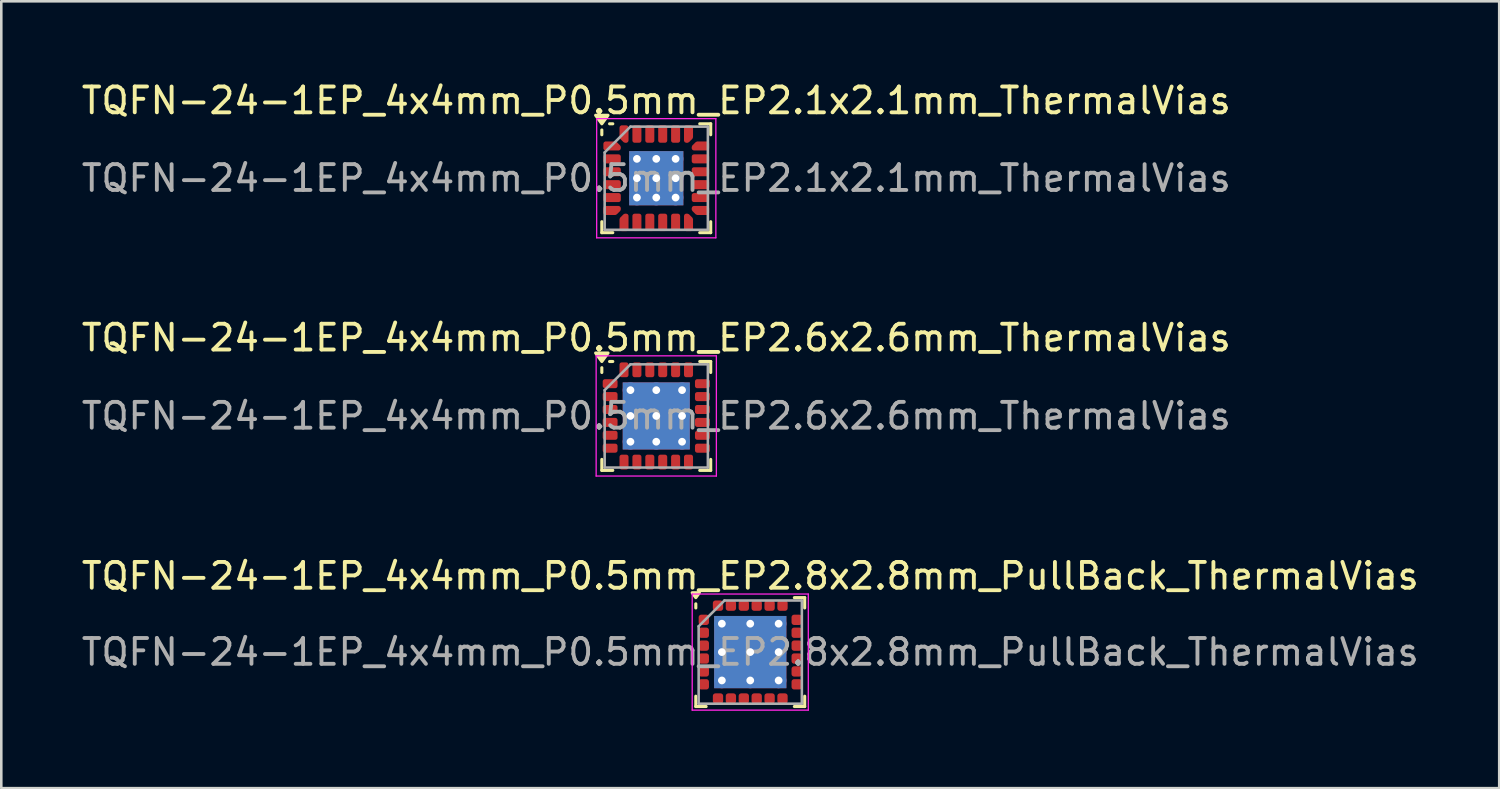
<source format=kicad_pcb>
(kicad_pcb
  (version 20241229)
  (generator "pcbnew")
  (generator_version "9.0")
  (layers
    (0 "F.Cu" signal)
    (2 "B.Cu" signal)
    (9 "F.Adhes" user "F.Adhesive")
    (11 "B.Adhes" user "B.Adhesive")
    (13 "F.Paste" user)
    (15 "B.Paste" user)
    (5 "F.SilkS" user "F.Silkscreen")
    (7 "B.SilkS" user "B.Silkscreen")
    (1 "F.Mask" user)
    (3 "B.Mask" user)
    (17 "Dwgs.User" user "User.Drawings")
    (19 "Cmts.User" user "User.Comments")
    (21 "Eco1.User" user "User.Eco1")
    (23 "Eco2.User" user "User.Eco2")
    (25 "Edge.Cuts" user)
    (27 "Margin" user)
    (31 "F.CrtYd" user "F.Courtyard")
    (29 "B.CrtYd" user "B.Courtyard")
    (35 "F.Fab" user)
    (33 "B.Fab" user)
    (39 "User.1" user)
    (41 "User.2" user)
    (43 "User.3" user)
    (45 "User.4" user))
  (footprint "TQFN-24-1EP_4x4mm_P0.5mm_EP2.8x2.8mm_PullBack_ThermalVias"
    (layer "F.Cu")
    (at 26.03 22.225)
    (property "Reference" "TQFN-24-1EP_4x4mm_P0.5mm_EP2.8x2.8mm_PullBack_ThermalVias" (at 0 -2.95 0) (layer "F.SilkS") (effects (font (size 1 1) (thickness 0.15))))
    (attr smd)
    (fp_line (start -2.11 -1.71) (end -2.11 -1.87) (stroke (width 0.12) (type solid)) (layer "F.SilkS"))
    (fp_line (start -2.11 2.11) (end -2.11 1.71) (stroke (width 0.12) (type solid)) (layer "F.SilkS"))
    (fp_line (start -1.71 2.11) (end -2.11 2.11) (stroke (width 0.12) (type solid)) (layer "F.SilkS"))
    (fp_line (start 1.71 -2.11) (end 2.11 -2.11) (stroke (width 0.12) (type solid)) (layer "F.SilkS"))
    (fp_line (start 1.71 2.11) (end 2.11 2.11) (stroke (width 0.12) (type solid)) (layer "F.SilkS"))
    (fp_line (start 2.11 -2.11) (end 2.11 -1.71) (stroke (width 0.12) (type solid)) (layer "F.SilkS"))
    (fp_line (start 2.11 2.11) (end 2.11 1.71) (stroke (width 0.12) (type solid)) (layer "F.SilkS"))
    (fp_poly (pts (xy -2.11 -2.11) (xy -2.25 -2.3) (xy -1.97 -2.3) (xy -2.11 -2.11)) (stroke (width 0.12) (type solid)) (fill yes) (layer "F.SilkS"))
    (fp_line (start -2.25 -2.25) (end -2.25 2.25) (stroke (width 0.05) (type solid)) (layer "F.CrtYd"))
    (fp_line (start -2.25 2.25) (end 2.25 2.25) (stroke (width 0.05) (type solid)) (layer "F.CrtYd"))
    (fp_line (start 2.25 -2.25) (end -2.25 -2.25) (stroke (width 0.05) (type solid)) (layer "F.CrtYd"))
    (fp_line (start 2.25 2.25) (end 2.25 -2.25) (stroke (width 0.05) (type solid)) (layer "F.CrtYd"))
    (fp_line (start -2 -1) (end -1 -2) (stroke (width 0.1) (type solid)) (layer "F.Fab"))
    (fp_line (start -2 2) (end -2 -1) (stroke (width 0.1) (type solid)) (layer "F.Fab"))
    (fp_line (start -1 -2) (end 2 -2) (stroke (width 0.1) (type solid)) (layer "F.Fab"))
    (fp_line (start 2 -2) (end 2 2) (stroke (width 0.1) (type solid)) (layer "F.Fab"))
    (fp_line (start 2 2) (end -2 2) (stroke (width 0.1) (type solid)) (layer "F.Fab"))
    (fp_text user "${REFERENCE}" (at 0 0 0) (layer "F.Fab") (effects (font (size 1 1) (thickness 0.15))))
    (pad "" smd roundrect (at -0.7 -0.7) (size 1.13 1.13) (layers "F.Paste") (roundrect_rratio 0.221))
    (pad "" smd roundrect (at -0.7 0.7) (size 1.13 1.13) (layers "F.Paste") (roundrect_rratio 0.221))
    (pad "" smd roundrect (at 0.7 -0.7) (size 1.13 1.13) (layers "F.Paste") (roundrect_rratio 0.221))
    (pad "" smd roundrect (at 0.7 0.7) (size 1.13 1.13) (layers "F.Paste") (roundrect_rratio 0.221))
    (pad "1" smd roundrect (at -1.8 -1.25) (size 0.4 0.4) (layers "F.Cu" "F.Mask" "F.Paste") (roundrect_rratio 0.25))
    (pad "2" smd roundrect (at -1.8 -0.75) (size 0.4 0.4) (layers "F.Cu" "F.Mask" "F.Paste") (roundrect_rratio 0.25))
    (pad "3" smd roundrect (at -1.8 -0.25) (size 0.4 0.4) (layers "F.Cu" "F.Mask" "F.Paste") (roundrect_rratio 0.25))
    (pad "4" smd roundrect (at -1.8 0.25) (size 0.4 0.4) (layers "F.Cu" "F.Mask" "F.Paste") (roundrect_rratio 0.25))
    (pad "5" smd roundrect (at -1.8 0.75) (size 0.4 0.4) (layers "F.Cu" "F.Mask" "F.Paste") (roundrect_rratio 0.25))
    (pad "6" smd roundrect (at -1.8 1.25) (size 0.4 0.4) (layers "F.Cu" "F.Mask" "F.Paste") (roundrect_rratio 0.25))
    (pad "7" smd roundrect (at -1.25 1.8) (size 0.4 0.4) (layers "F.Cu" "F.Mask" "F.Paste") (roundrect_rratio 0.25))
    (pad "8" smd roundrect (at -0.75 1.8) (size 0.4 0.4) (layers "F.Cu" "F.Mask" "F.Paste") (roundrect_rratio 0.25))
    (pad "9" smd roundrect (at -0.25 1.8) (size 0.4 0.4) (layers "F.Cu" "F.Mask" "F.Paste") (roundrect_rratio 0.25))
    (pad "10" smd roundrect (at 0.25 1.8) (size 0.4 0.4) (layers "F.Cu" "F.Mask" "F.Paste") (roundrect_rratio 0.25))
    (pad "11" smd roundrect (at 0.75 1.8) (size 0.4 0.4) (layers "F.Cu" "F.Mask" "F.Paste") (roundrect_rratio 0.25))
    (pad "12" smd roundrect (at 1.25 1.8) (size 0.4 0.4) (layers "F.Cu" "F.Mask" "F.Paste") (roundrect_rratio 0.25))
    (pad "13" smd roundrect (at 1.8 1.25) (size 0.4 0.4) (layers "F.Cu" "F.Mask" "F.Paste") (roundrect_rratio 0.25))
    (pad "14" smd roundrect (at 1.8 0.75) (size 0.4 0.4) (layers "F.Cu" "F.Mask" "F.Paste") (roundrect_rratio 0.25))
    (pad "15" smd roundrect (at 1.8 0.25) (size 0.4 0.4) (layers "F.Cu" "F.Mask" "F.Paste") (roundrect_rratio 0.25))
    (pad "16" smd roundrect (at 1.8 -0.25) (size 0.4 0.4) (layers "F.Cu" "F.Mask" "F.Paste") (roundrect_rratio 0.25))
    (pad "17" smd roundrect (at 1.8 -0.75) (size 0.4 0.4) (layers "F.Cu" "F.Mask" "F.Paste") (roundrect_rratio 0.25))
    (pad "18" smd roundrect (at 1.8 -1.25) (size 0.4 0.4) (layers "F.Cu" "F.Mask" "F.Paste") (roundrect_rratio 0.25))
    (pad "19" smd roundrect (at 1.25 -1.8) (size 0.4 0.4) (layers "F.Cu" "F.Mask" "F.Paste") (roundrect_rratio 0.25))
    (pad "20" smd roundrect (at 0.75 -1.8) (size 0.4 0.4) (layers "F.Cu" "F.Mask" "F.Paste") (roundrect_rratio 0.25))
    (pad "21" smd roundrect (at 0.25 -1.8) (size 0.4 0.4) (layers "F.Cu" "F.Mask" "F.Paste") (roundrect_rratio 0.25))
    (pad "22" smd roundrect (at -0.25 -1.8) (size 0.4 0.4) (layers "F.Cu" "F.Mask" "F.Paste") (roundrect_rratio 0.25))
    (pad "23" smd roundrect (at -0.75 -1.8) (size 0.4 0.4) (layers "F.Cu" "F.Mask" "F.Paste") (roundrect_rratio 0.25))
    (pad "24" smd roundrect (at -1.25 -1.8) (size 0.4 0.4) (layers "F.Cu" "F.Mask" "F.Paste") (roundrect_rratio 0.25))
    (pad "25" thru_hole circle (at -1.1 -1.1) (size 0.6 0.6) (drill 0.3) (property pad_prop_heatsink) (layers "*.Cu"))
    (pad "25" thru_hole circle (at -1.1 0) (size 0.6 0.6) (drill 0.3) (property pad_prop_heatsink) (layers "*.Cu"))
    (pad "25" thru_hole circle (at -1.1 1.1) (size 0.6 0.6) (drill 0.3) (property pad_prop_heatsink) (layers "*.Cu"))
    (pad "25" thru_hole circle (at 0 -1.1) (size 0.6 0.6) (drill 0.3) (property pad_prop_heatsink) (layers "*.Cu"))
    (pad "25" thru_hole circle (at 0 0) (size 0.6 0.6) (drill 0.3) (property pad_prop_heatsink) (layers "*.Cu"))
    (pad "25" smd rect (at 0 0) (size 2.8 2.8) (property pad_prop_heatsink) (layers "F.Cu" "F.Mask"))
    (pad "25" smd rect (at 0 0) (size 2.8 2.8) (property pad_prop_heatsink) (layers "B.Cu"))
    (pad "25" thru_hole circle (at 0 1.1) (size 0.6 0.6) (drill 0.3) (property pad_prop_heatsink) (layers "*.Cu"))
    (pad "25" thru_hole circle (at 1.1 -1.1) (size 0.6 0.6) (drill 0.3) (property pad_prop_heatsink) (layers "*.Cu"))
    (pad "25" thru_hole circle (at 1.1 0) (size 0.6 0.6) (drill 0.3) (property pad_prop_heatsink) (layers "*.Cu"))
    (pad "25" thru_hole circle (at 1.1 1.1) (size 0.6 0.6) (drill 0.3) (property pad_prop_heatsink) (layers "*.Cu")))
  (footprint "TQFN-24-1EP_4x4mm_P0.5mm_EP2.6x2.6mm_ThermalVias"
    (layer "F.Cu")
    (at 22.387 13.072)
    (property "Reference" "TQFN-24-1EP_4x4mm_P0.5mm_EP2.6x2.6mm_ThermalVias" (at 0 -3.03 0) (layer "F.SilkS") (effects (font (size 1 1) (thickness 0.15))))
    (attr smd)
    (fp_line (start -2.11 -1.685) (end -2.11 -1.87) (stroke (width 0.12) (type solid)) (layer "F.SilkS"))
    (fp_line (start -2.11 2.11) (end -2.11 1.685) (stroke (width 0.12) (type solid)) (layer "F.SilkS"))
    (fp_line (start -1.685 -2.11) (end -1.81 -2.11) (stroke (width 0.12) (type solid)) (layer "F.SilkS"))
    (fp_line (start -1.685 2.11) (end -2.11 2.11) (stroke (width 0.12) (type solid)) (layer "F.SilkS"))
    (fp_line (start 1.685 -2.11) (end 2.11 -2.11) (stroke (width 0.12) (type solid)) (layer "F.SilkS"))
    (fp_line (start 1.685 2.11) (end 2.11 2.11) (stroke (width 0.12) (type solid)) (layer "F.SilkS"))
    (fp_line (start 2.11 -2.11) (end 2.11 -1.685) (stroke (width 0.12) (type solid)) (layer "F.SilkS"))
    (fp_line (start 2.11 2.11) (end 2.11 1.685) (stroke (width 0.12) (type solid)) (layer "F.SilkS"))
    (fp_poly (pts (xy -2.11 -2.11) (xy -2.35 -2.44) (xy -1.87 -2.44) (xy -2.11 -2.11)) (stroke (width 0.12) (type solid)) (fill yes) (layer "F.SilkS"))
    (fp_line (start -2.33 -2.33) (end -2.33 2.33) (stroke (width 0.05) (type solid)) (layer "F.CrtYd"))
    (fp_line (start -2.33 2.33) (end 2.33 2.33) (stroke (width 0.05) (type solid)) (layer "F.CrtYd"))
    (fp_line (start 2.33 -2.33) (end -2.33 -2.33) (stroke (width 0.05) (type solid)) (layer "F.CrtYd"))
    (fp_line (start 2.33 2.33) (end 2.33 -2.33) (stroke (width 0.05) (type solid)) (layer "F.CrtYd"))
    (fp_line (start -2 -1) (end -1 -2) (stroke (width 0.1) (type solid)) (layer "F.Fab"))
    (fp_line (start -2 2) (end -2 -1) (stroke (width 0.1) (type solid)) (layer "F.Fab"))
    (fp_line (start -1 -2) (end 2 -2) (stroke (width 0.1) (type solid)) (layer "F.Fab"))
    (fp_line (start 2 -2) (end 2 2) (stroke (width 0.1) (type solid)) (layer "F.Fab"))
    (fp_line (start 2 2) (end -2 2) (stroke (width 0.1) (type solid)) (layer "F.Fab"))
    (fp_text user "${REFERENCE}" (at 0 0 0) (layer "F.Fab") (effects (font (size 1 1) (thickness 0.15))))
    (pad "" smd roundrect (at -0.65 -0.65) (size 1.05 1.05) (layers "F.Paste") (roundrect_rratio 0.238))
    (pad "" smd roundrect (at -0.65 0.65) (size 1.05 1.05) (layers "F.Paste") (roundrect_rratio 0.238))
    (pad "" smd roundrect (at 0.65 -0.65) (size 1.05 1.05) (layers "F.Paste") (roundrect_rratio 0.238))
    (pad "" smd roundrect (at 0.65 0.65) (size 1.05 1.05) (layers "F.Paste") (roundrect_rratio 0.238))
    (pad "1" smd roundrect (at -1.788 -1.25) (size 0.575 0.35) (layers "F.Cu" "F.Mask" "F.Paste") (roundrect_rratio 0.25))
    (pad "2" smd roundrect (at -1.788 -0.75) (size 0.575 0.35) (layers "F.Cu" "F.Mask" "F.Paste") (roundrect_rratio 0.25))
    (pad "3" smd roundrect (at -1.788 -0.25) (size 0.575 0.35) (layers "F.Cu" "F.Mask" "F.Paste") (roundrect_rratio 0.25))
    (pad "4" smd roundrect (at -1.788 0.25) (size 0.575 0.35) (layers "F.Cu" "F.Mask" "F.Paste") (roundrect_rratio 0.25))
    (pad "5" smd roundrect (at -1.788 0.75) (size 0.575 0.35) (layers "F.Cu" "F.Mask" "F.Paste") (roundrect_rratio 0.25))
    (pad "6" smd roundrect (at -1.788 1.25) (size 0.575 0.35) (layers "F.Cu" "F.Mask" "F.Paste") (roundrect_rratio 0.25))
    (pad "7" smd roundrect (at -1.25 1.788) (size 0.35 0.575) (layers "F.Cu" "F.Mask" "F.Paste") (roundrect_rratio 0.25))
    (pad "8" smd roundrect (at -0.75 1.788) (size 0.35 0.575) (layers "F.Cu" "F.Mask" "F.Paste") (roundrect_rratio 0.25))
    (pad "9" smd roundrect (at -0.25 1.788) (size 0.35 0.575) (layers "F.Cu" "F.Mask" "F.Paste") (roundrect_rratio 0.25))
    (pad "10" smd roundrect (at 0.25 1.788) (size 0.35 0.575) (layers "F.Cu" "F.Mask" "F.Paste") (roundrect_rratio 0.25))
    (pad "11" smd roundrect (at 0.75 1.788) (size 0.35 0.575) (layers "F.Cu" "F.Mask" "F.Paste") (roundrect_rratio 0.25))
    (pad "12" smd roundrect (at 1.25 1.788) (size 0.35 0.575) (layers "F.Cu" "F.Mask" "F.Paste") (roundrect_rratio 0.25))
    (pad "13" smd roundrect (at 1.788 1.25) (size 0.575 0.35) (layers "F.Cu" "F.Mask" "F.Paste") (roundrect_rratio 0.25))
    (pad "14" smd roundrect (at 1.788 0.75) (size 0.575 0.35) (layers "F.Cu" "F.Mask" "F.Paste") (roundrect_rratio 0.25))
    (pad "15" smd roundrect (at 1.788 0.25) (size 0.575 0.35) (layers "F.Cu" "F.Mask" "F.Paste") (roundrect_rratio 0.25))
    (pad "16" smd roundrect (at 1.788 -0.25) (size 0.575 0.35) (layers "F.Cu" "F.Mask" "F.Paste") (roundrect_rratio 0.25))
    (pad "17" smd roundrect (at 1.788 -0.75) (size 0.575 0.35) (layers "F.Cu" "F.Mask" "F.Paste") (roundrect_rratio 0.25))
    (pad "18" smd roundrect (at 1.788 -1.25) (size 0.575 0.35) (layers "F.Cu" "F.Mask" "F.Paste") (roundrect_rratio 0.25))
    (pad "19" smd roundrect (at 1.25 -1.788) (size 0.35 0.575) (layers "F.Cu" "F.Mask" "F.Paste") (roundrect_rratio 0.25))
    (pad "20" smd roundrect (at 0.75 -1.788) (size 0.35 0.575) (layers "F.Cu" "F.Mask" "F.Paste") (roundrect_rratio 0.25))
    (pad "21" smd roundrect (at 0.25 -1.788) (size 0.35 0.575) (layers "F.Cu" "F.Mask" "F.Paste") (roundrect_rratio 0.25))
    (pad "22" smd roundrect (at -0.25 -1.788) (size 0.35 0.575) (layers "F.Cu" "F.Mask" "F.Paste") (roundrect_rratio 0.25))
    (pad "23" smd roundrect (at -0.75 -1.788) (size 0.35 0.575) (layers "F.Cu" "F.Mask" "F.Paste") (roundrect_rratio 0.25))
    (pad "24" smd roundrect (at -1.25 -1.788) (size 0.35 0.575) (layers "F.Cu" "F.Mask" "F.Paste") (roundrect_rratio 0.25))
    (pad "25" thru_hole circle (at -1 -1) (size 0.6 0.6) (drill 0.3) (property pad_prop_heatsink) (layers "*.Cu"))
    (pad "25" thru_hole circle (at -1 0) (size 0.6 0.6) (drill 0.3) (property pad_prop_heatsink) (layers "*.Cu"))
    (pad "25" thru_hole circle (at -1 1) (size 0.6 0.6) (drill 0.3) (property pad_prop_heatsink) (layers "*.Cu"))
    (pad "25" thru_hole circle (at 0 -1) (size 0.6 0.6) (drill 0.3) (property pad_prop_heatsink) (layers "*.Cu"))
    (pad "25" thru_hole circle (at 0 0) (size 0.6 0.6) (drill 0.3) (property pad_prop_heatsink) (layers "*.Cu"))
    (pad "25" smd rect (at 0 0) (size 2.6 2.6) (property pad_prop_heatsink) (layers "F.Cu" "F.Mask"))
    (pad "25" smd rect (at 0 0) (size 2.6 2.6) (property pad_prop_heatsink) (layers "B.Cu"))
    (pad "25" thru_hole circle (at 0 1) (size 0.6 0.6) (drill 0.3) (property pad_prop_heatsink) (layers "*.Cu"))
    (pad "25" thru_hole circle (at 1 -1) (size 0.6 0.6) (drill 0.3) (property pad_prop_heatsink) (layers "*.Cu"))
    (pad "25" thru_hole circle (at 1 0) (size 0.6 0.6) (drill 0.3) (property pad_prop_heatsink) (layers "*.Cu"))
    (pad "25" thru_hole circle (at 1 1) (size 0.6 0.6) (drill 0.3) (property pad_prop_heatsink) (layers "*.Cu")))
  (footprint "TQFN-24-1EP_4x4mm_P0.5mm_EP2.1x2.1mm_ThermalVias"
    (layer "F.Cu")
    (at 22.387 3.858)
    (property "Reference" "TQFN-24-1EP_4x4mm_P0.5mm_EP2.1x2.1mm_ThermalVias" (at 0 -3.01 0) (layer "F.SilkS") (effects (font (size 1 1) (thickness 0.15))))
    (attr smd)
    (fp_line (start -2.11 -1.685) (end -2.11 -1.87) (stroke (width 0.12) (type solid)) (layer "F.SilkS"))
    (fp_line (start -2.11 2.11) (end -2.11 1.685) (stroke (width 0.12) (type solid)) (layer "F.SilkS"))
    (fp_line (start -1.685 -2.11) (end -1.81 -2.11) (stroke (width 0.12) (type solid)) (layer "F.SilkS"))
    (fp_line (start -1.685 2.11) (end -2.11 2.11) (stroke (width 0.12) (type solid)) (layer "F.SilkS"))
    (fp_line (start 1.685 -2.11) (end 2.11 -2.11) (stroke (width 0.12) (type solid)) (layer "F.SilkS"))
    (fp_line (start 1.685 2.11) (end 2.11 2.11) (stroke (width 0.12) (type solid)) (layer "F.SilkS"))
    (fp_line (start 2.11 -2.11) (end 2.11 -1.685) (stroke (width 0.12) (type solid)) (layer "F.SilkS"))
    (fp_line (start 2.11 2.11) (end 2.11 1.685) (stroke (width 0.12) (type solid)) (layer "F.SilkS"))
    (fp_poly (pts (xy -2.11 -2.11) (xy -2.35 -2.44) (xy -1.87 -2.44) (xy -2.11 -2.11)) (stroke (width 0.12) (type solid)) (fill yes) (layer "F.SilkS"))
    (fp_line (start -2.31 -2.31) (end -2.31 2.31) (stroke (width 0.05) (type solid)) (layer "F.CrtYd"))
    (fp_line (start -2.31 2.31) (end 2.31 2.31) (stroke (width 0.05) (type solid)) (layer "F.CrtYd"))
    (fp_line (start 2.31 -2.31) (end -2.31 -2.31) (stroke (width 0.05) (type solid)) (layer "F.CrtYd"))
    (fp_line (start 2.31 2.31) (end 2.31 -2.31) (stroke (width 0.05) (type solid)) (layer "F.CrtYd"))
    (fp_line (start -2 -1) (end -1 -2) (stroke (width 0.1) (type solid)) (layer "F.Fab"))
    (fp_line (start -2 2) (end -2 -1) (stroke (width 0.1) (type solid)) (layer "F.Fab"))
    (fp_line (start -1 -2) (end 2 -2) (stroke (width 0.1) (type solid)) (layer "F.Fab"))
    (fp_line (start 2 -2) (end 2 2) (stroke (width 0.1) (type solid)) (layer "F.Fab"))
    (fp_line (start 2 2) (end -2 2) (stroke (width 0.1) (type solid)) (layer "F.Fab"))
    (fp_text user "${REFERENCE}" (at 0 0 0) (layer "F.Fab") (effects (font (size 1 1) (thickness 0.15))))
    (pad "" smd roundrect (at -0.525 -0.525) (size 0.85 0.85) (layers "F.Paste") (roundrect_rratio 0.25))
    (pad "" smd roundrect (at -0.525 0.525) (size 0.85 0.85) (layers "F.Paste") (roundrect_rratio 0.25))
    (pad "" smd roundrect (at 0.525 -0.525) (size 0.85 0.85) (layers "F.Paste") (roundrect_rratio 0.25))
    (pad "" smd roundrect (at 0.525 0.525) (size 0.85 0.85) (layers "F.Paste") (roundrect_rratio 0.25))
    (pad "1" smd custom (at -1.712 -1.25) (size 0.223 0.223) (layers "F.Cu" "F.Mask" "F.Paste") (options (anchor circle)) (primitives (gr_poly (pts (xy -0.253 -0.09) (xy 0.122 -0.09) (xy 0.253 0.04) (xy 0.253 0.09) (xy -0.253 0.09)) (width 0.17) (fill yes))))
    (pad "2" smd roundrect (at -1.712 -0.75) (size 0.675 0.35) (layers "F.Cu" "F.Mask" "F.Paste") (roundrect_rratio 0.25))
    (pad "3" smd roundrect (at -1.712 -0.25) (size 0.675 0.35) (layers "F.Cu" "F.Mask" "F.Paste") (roundrect_rratio 0.25))
    (pad "4" smd roundrect (at -1.712 0.25) (size 0.675 0.35) (layers "F.Cu" "F.Mask" "F.Paste") (roundrect_rratio 0.25))
    (pad "5" smd roundrect (at -1.712 0.75) (size 0.675 0.35) (layers "F.Cu" "F.Mask" "F.Paste") (roundrect_rratio 0.25))
    (pad "6" smd custom (at -1.712 1.25) (size 0.223 0.223) (layers "F.Cu" "F.Mask" "F.Paste") (options (anchor circle)) (primitives (gr_poly (pts (xy -0.253 -0.09) (xy 0.253 -0.09) (xy 0.253 -0.04) (xy 0.122 0.09) (xy -0.253 0.09)) (width 0.17) (fill yes))))
    (pad "7" smd custom (at -1.25 1.712) (size 0.223 0.223) (layers "F.Cu" "F.Mask" "F.Paste") (options (anchor circle)) (primitives (gr_poly (pts (xy -0.09 -0.122) (xy 0.04 -0.253) (xy 0.09 -0.253) (xy 0.09 0.253) (xy -0.09 0.253)) (width 0.17) (fill yes))))
    (pad "8" smd roundrect (at -0.75 1.712) (size 0.35 0.675) (layers "F.Cu" "F.Mask" "F.Paste") (roundrect_rratio 0.25))
    (pad "9" smd roundrect (at -0.25 1.712) (size 0.35 0.675) (layers "F.Cu" "F.Mask" "F.Paste") (roundrect_rratio 0.25))
    (pad "10" smd roundrect (at 0.25 1.712) (size 0.35 0.675) (layers "F.Cu" "F.Mask" "F.Paste") (roundrect_rratio 0.25))
    (pad "11" smd roundrect (at 0.75 1.712) (size 0.35 0.675) (layers "F.Cu" "F.Mask" "F.Paste") (roundrect_rratio 0.25))
    (pad "12" smd custom (at 1.25 1.712) (size 0.223 0.223) (layers "F.Cu" "F.Mask" "F.Paste") (options (anchor circle)) (primitives (gr_poly (pts (xy -0.09 -0.253) (xy -0.04 -0.253) (xy 0.09 -0.122) (xy 0.09 0.253) (xy -0.09 0.253)) (width 0.17) (fill yes))))
    (pad "13" smd custom (at 1.712 1.25) (size 0.223 0.223) (layers "F.Cu" "F.Mask" "F.Paste") (options (anchor circle)) (primitives (gr_poly (pts (xy -0.253 -0.09) (xy 0.253 -0.09) (xy 0.253 0.09) (xy -0.122 0.09) (xy -0.253 -0.04)) (width 0.17) (fill yes))))
    (pad "14" smd roundrect (at 1.712 0.75) (size 0.675 0.35) (layers "F.Cu" "F.Mask" "F.Paste") (roundrect_rratio 0.25))
    (pad "15" smd roundrect (at 1.712 0.25) (size 0.675 0.35) (layers "F.Cu" "F.Mask" "F.Paste") (roundrect_rratio 0.25))
    (pad "16" smd roundrect (at 1.712 -0.25) (size 0.675 0.35) (layers "F.Cu" "F.Mask" "F.Paste") (roundrect_rratio 0.25))
    (pad "17" smd roundrect (at 1.712 -0.75) (size 0.675 0.35) (layers "F.Cu" "F.Mask" "F.Paste") (roundrect_rratio 0.25))
    (pad "18" smd custom (at 1.712 -1.25) (size 0.223 0.223) (layers "F.Cu" "F.Mask" "F.Paste") (options (anchor circle)) (primitives (gr_poly (pts (xy -0.253 0.04) (xy -0.122 -0.09) (xy 0.253 -0.09) (xy 0.253 0.09) (xy -0.253 0.09)) (width 0.17) (fill yes))))
    (pad "19" smd custom (at 1.25 -1.712) (size 0.223 0.223) (layers "F.Cu" "F.Mask" "F.Paste") (options (anchor circle)) (primitives (gr_poly (pts (xy -0.09 -0.253) (xy 0.09 -0.253) (xy 0.09 0.122) (xy -0.04 0.253) (xy -0.09 0.253)) (width 0.17) (fill yes))))
    (pad "20" smd roundrect (at 0.75 -1.712) (size 0.35 0.675) (layers "F.Cu" "F.Mask" "F.Paste") (roundrect_rratio 0.25))
    (pad "21" smd roundrect (at 0.25 -1.712) (size 0.35 0.675) (layers "F.Cu" "F.Mask" "F.Paste") (roundrect_rratio 0.25))
    (pad "22" smd roundrect (at -0.25 -1.712) (size 0.35 0.675) (layers "F.Cu" "F.Mask" "F.Paste") (roundrect_rratio 0.25))
    (pad "23" smd roundrect (at -0.75 -1.712) (size 0.35 0.675) (layers "F.Cu" "F.Mask" "F.Paste") (roundrect_rratio 0.25))
    (pad "24" smd custom (at -1.25 -1.712) (size 0.223 0.223) (layers "F.Cu" "F.Mask" "F.Paste") (options (anchor circle)) (primitives (gr_poly (pts (xy -0.09 -0.253) (xy 0.09 -0.253) (xy 0.09 0.253) (xy 0.04 0.253) (xy -0.09 0.122)) (width 0.17) (fill yes))))
    (pad "25" thru_hole circle (at -0.75 -0.75) (size 0.6 0.6) (drill 0.3) (property pad_prop_heatsink) (layers "*.Cu"))
    (pad "25" thru_hole circle (at -0.75 0) (size 0.6 0.6) (drill 0.3) (property pad_prop_heatsink) (layers "*.Cu"))
    (pad "25" thru_hole circle (at -0.75 0.75) (size 0.6 0.6) (drill 0.3) (property pad_prop_heatsink) (layers "*.Cu"))
    (pad "25" thru_hole circle (at 0 -0.75) (size 0.6 0.6) (drill 0.3) (property pad_prop_heatsink) (layers "*.Cu"))
    (pad "25" thru_hole circle (at 0 0) (size 0.6 0.6) (drill 0.3) (property pad_prop_heatsink) (layers "*.Cu"))
    (pad "25" smd rect (at 0 0) (size 2.1 2.1) (property pad_prop_heatsink) (layers "F.Cu" "F.Mask"))
    (pad "25" smd rect (at 0 0) (size 2.1 2.1) (property pad_prop_heatsink) (layers "B.Cu"))
    (pad "25" thru_hole circle (at 0 0.75) (size 0.6 0.6) (drill 0.3) (property pad_prop_heatsink) (layers "*.Cu"))
    (pad "25" thru_hole circle (at 0.75 -0.75) (size 0.6 0.6) (drill 0.3) (property pad_prop_heatsink) (layers "*.Cu"))
    (pad "25" thru_hole circle (at 0.75 0) (size 0.6 0.6) (drill 0.3) (property pad_prop_heatsink) (layers "*.Cu"))
    (pad "25" thru_hole circle (at 0.75 0.75) (size 0.6 0.6) (drill 0.3) (property pad_prop_heatsink) (layers "*.Cu")))
  (gr_rect
    (start -3 -3)
    (end 55.06 27.5)
    (stroke (width 0.1) (type default))
    (fill no)
    (layer "Edge.Cuts")))
</source>
